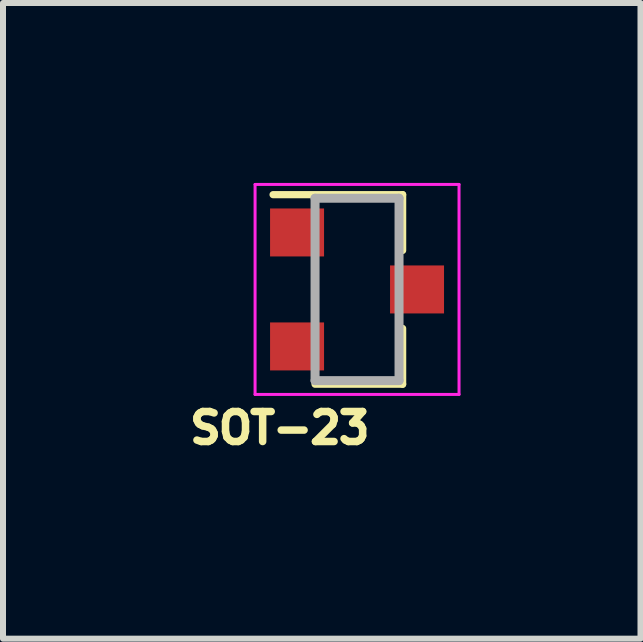
<source format=kicad_pcb>
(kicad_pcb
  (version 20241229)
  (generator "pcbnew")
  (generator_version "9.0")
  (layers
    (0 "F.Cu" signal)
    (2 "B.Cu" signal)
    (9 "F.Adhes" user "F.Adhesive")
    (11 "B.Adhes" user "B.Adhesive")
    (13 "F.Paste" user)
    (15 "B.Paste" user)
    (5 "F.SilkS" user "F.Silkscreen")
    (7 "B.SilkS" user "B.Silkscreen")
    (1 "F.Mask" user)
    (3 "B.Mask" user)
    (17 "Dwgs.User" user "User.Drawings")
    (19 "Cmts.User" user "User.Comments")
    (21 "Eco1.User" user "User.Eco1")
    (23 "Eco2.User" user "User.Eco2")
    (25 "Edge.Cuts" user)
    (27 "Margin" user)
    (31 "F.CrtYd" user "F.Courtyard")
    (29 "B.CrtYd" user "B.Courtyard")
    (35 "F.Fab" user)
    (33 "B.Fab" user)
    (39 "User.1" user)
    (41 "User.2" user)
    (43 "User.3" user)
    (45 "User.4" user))
  (footprint "SOT-23"
    (layer "F.Cu")
    (at 2.902 1.775)
    (property "Reference" "SOT-23" (at -1.288 2.31 180) (layer "F.SilkS") (effects (font (size 0.5 0.5) (thickness 0.125))))
    (attr smd)
    (fp_line (start 0.76 -1.58) (end -1.4 -1.58) (stroke (width 0.12) (type solid)) (layer "F.SilkS"))
    (fp_line (start 0.76 -1.58) (end 0.76 -0.65) (stroke (width 0.12) (type solid)) (layer "F.SilkS"))
    (fp_line (start 0.76 1.58) (end -0.7 1.58) (stroke (width 0.12) (type solid)) (layer "F.SilkS"))
    (fp_line (start 0.76 1.58) (end 0.76 0.65) (stroke (width 0.12) (type solid)) (layer "F.SilkS"))
    (fp_line (start -1.7 -1.75) (end 1.7 -1.75) (stroke (width 0.05) (type solid)) (layer "F.CrtYd"))
    (fp_line (start -1.7 1.75) (end -1.7 -1.75) (stroke (width 0.05) (type solid)) (layer "F.CrtYd"))
    (fp_line (start 1.7 -1.75) (end 1.7 1.75) (stroke (width 0.05) (type solid)) (layer "F.CrtYd"))
    (fp_line (start 1.7 1.75) (end -1.7 1.75) (stroke (width 0.05) (type solid)) (layer "F.CrtYd"))
    (fp_line (start -0.7 -1.52) (end -0.7 1.52) (stroke (width 0.15) (type solid)) (layer "F.Fab"))
    (fp_line (start -0.7 -1.52) (end 0.7 -1.52) (stroke (width 0.15) (type solid)) (layer "F.Fab"))
    (fp_line (start -0.7 1.52) (end 0.7 1.52) (stroke (width 0.15) (type solid)) (layer "F.Fab"))
    (fp_line (start 0.7 -1.52) (end 0.7 1.52) (stroke (width 0.15) (type solid)) (layer "F.Fab"))
    (pad "1" smd rect (at -1 -0.95) (size 0.9 0.8) (layers "F.Cu" "F.Mask" "F.Paste"))
    (pad "2" smd rect (at -1 0.95) (size 0.9 0.8) (layers "F.Cu" "F.Mask" "F.Paste"))
    (pad "3" smd rect (at 1 0) (size 0.9 0.8) (layers "F.Cu" "F.Mask" "F.Paste")))
  (gr_rect
    (start -3 -3)
    (end 7.627 7.597)
    (stroke (width 0.1) (type default))
    (fill no)
    (layer "Edge.Cuts")))
</source>
